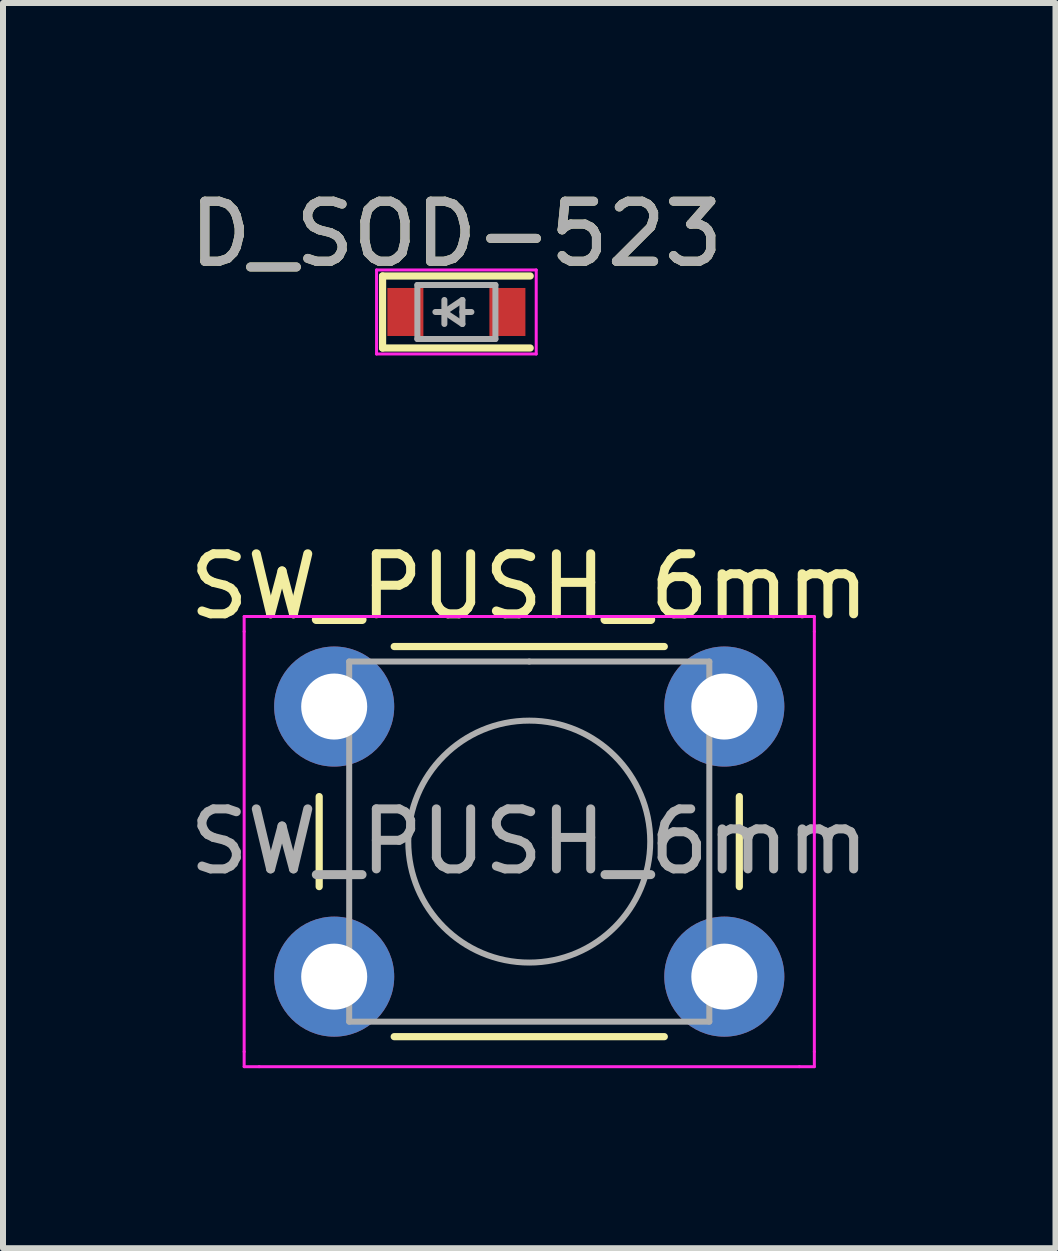
<source format=kicad_pcb>
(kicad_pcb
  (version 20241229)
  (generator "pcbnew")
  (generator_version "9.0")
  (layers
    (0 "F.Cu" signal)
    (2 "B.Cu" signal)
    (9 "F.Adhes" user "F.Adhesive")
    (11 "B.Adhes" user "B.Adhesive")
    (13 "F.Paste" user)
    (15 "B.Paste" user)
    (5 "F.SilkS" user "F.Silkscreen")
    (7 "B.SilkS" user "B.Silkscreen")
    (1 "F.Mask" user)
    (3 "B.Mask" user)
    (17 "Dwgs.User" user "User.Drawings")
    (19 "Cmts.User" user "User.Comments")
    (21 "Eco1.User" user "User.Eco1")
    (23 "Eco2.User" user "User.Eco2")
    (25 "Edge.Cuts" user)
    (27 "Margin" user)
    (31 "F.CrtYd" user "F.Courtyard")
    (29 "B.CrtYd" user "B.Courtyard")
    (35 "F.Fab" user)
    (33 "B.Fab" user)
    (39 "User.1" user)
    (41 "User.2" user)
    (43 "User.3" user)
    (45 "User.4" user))
  (footprint "D_SOD-523"
    (layer "F.Cu")
    (at 4.554 2.148)
    (property "Reference" "D_SOD-523" (at 0 -1.3 0) (layer "F.SilkS") (effects (font (size 1 1) (thickness 0.15))))
    (attr smd)
    (fp_line (start -1.23 -0.6) (end -1.23 0.6) (stroke (width 0.12) (type solid)) (layer "F.SilkS"))
    (fp_line (start 1.23 -0.6) (end -1.23 -0.6) (stroke (width 0.12) (type solid)) (layer "F.SilkS"))
    (fp_line (start 1.23 0.6) (end -1.23 0.6) (stroke (width 0.12) (type solid)) (layer "F.SilkS"))
    (fp_line (start -1.33 -0.7) (end 1.33 -0.7) (stroke (width 0.05) (type solid)) (layer "F.CrtYd"))
    (fp_line (start -1.33 0.7) (end -1.33 -0.7) (stroke (width 0.05) (type solid)) (layer "F.CrtYd"))
    (fp_line (start 1.33 -0.7) (end 1.33 0.7) (stroke (width 0.05) (type solid)) (layer "F.CrtYd"))
    (fp_line (start 1.33 0.7) (end -1.33 0.7) (stroke (width 0.05) (type solid)) (layer "F.CrtYd"))
    (fp_line (start -0.65 -0.45) (end 0.65 -0.45) (stroke (width 0.1) (type solid)) (layer "F.Fab"))
    (fp_line (start -0.65 0.45) (end -0.65 -0.45) (stroke (width 0.1) (type solid)) (layer "F.Fab"))
    (fp_line (start -0.2 0) (end -0.35 0) (stroke (width 0.1) (type solid)) (layer "F.Fab"))
    (fp_line (start -0.2 0) (end 0.1 0.2) (stroke (width 0.1) (type solid)) (layer "F.Fab"))
    (fp_line (start -0.2 0.2) (end -0.2 -0.2) (stroke (width 0.1) (type solid)) (layer "F.Fab"))
    (fp_line (start 0.1 -0.2) (end -0.2 0) (stroke (width 0.1) (type solid)) (layer "F.Fab"))
    (fp_line (start 0.1 0) (end 0.25 0) (stroke (width 0.1) (type solid)) (layer "F.Fab"))
    (fp_line (start 0.1 0.2) (end 0.1 -0.2) (stroke (width 0.1) (type solid)) (layer "F.Fab"))
    (fp_line (start 0.65 -0.45) (end 0.65 0.45) (stroke (width 0.1) (type solid)) (layer "F.Fab"))
    (fp_line (start 0.65 0.45) (end -0.65 0.45) (stroke (width 0.1) (type solid)) (layer "F.Fab"))
    (fp_text user "${REFERENCE}" (at 0 -1.3 0) (layer "F.Fab") (effects (font (size 1 1) (thickness 0.15))))
    (pad "1" smd rect (at -0.85 0 180) (size 0.6 0.8) (layers "F.Cu" "F.Mask" "F.Paste"))
    (pad "2" smd rect (at 0.85 0 180) (size 0.6 0.8) (layers "F.Cu" "F.Mask" "F.Paste")))
  (footprint "SW_PUSH_6mm"
    (layer "F.Cu")
    (at 2.518 8.722)
    (property "Reference" "SW_PUSH_6mm" (at 3.25 -2 0) (layer "F.SilkS") (effects (font (size 1 1) (thickness 0.15))))
    (attr through_hole)
    (fp_line (start -0.25 1.5) (end -0.25 3) (stroke (width 0.12) (type solid)) (layer "F.SilkS"))
    (fp_line (start 1 5.5) (end 5.5 5.5) (stroke (width 0.12) (type solid)) (layer "F.SilkS"))
    (fp_line (start 5.5 -1) (end 1 -1) (stroke (width 0.12) (type solid)) (layer "F.SilkS"))
    (fp_line (start 6.75 3) (end 6.75 1.5) (stroke (width 0.12) (type solid)) (layer "F.SilkS"))
    (fp_line (start -1.5 -1.5) (end -1.25 -1.5) (stroke (width 0.05) (type solid)) (layer "F.CrtYd"))
    (fp_line (start -1.5 -1.25) (end -1.5 -1.5) (stroke (width 0.05) (type solid)) (layer "F.CrtYd"))
    (fp_line (start -1.5 5.75) (end -1.5 -1.25) (stroke (width 0.05) (type solid)) (layer "F.CrtYd"))
    (fp_line (start -1.5 5.75) (end -1.5 6) (stroke (width 0.05) (type solid)) (layer "F.CrtYd"))
    (fp_line (start -1.5 6) (end -1.25 6) (stroke (width 0.05) (type solid)) (layer "F.CrtYd"))
    (fp_line (start -1.25 -1.5) (end 7.75 -1.5) (stroke (width 0.05) (type solid)) (layer "F.CrtYd"))
    (fp_line (start 7.75 -1.5) (end 8 -1.5) (stroke (width 0.05) (type solid)) (layer "F.CrtYd"))
    (fp_line (start 7.75 6) (end -1.25 6) (stroke (width 0.05) (type solid)) (layer "F.CrtYd"))
    (fp_line (start 7.75 6) (end 8 6) (stroke (width 0.05) (type solid)) (layer "F.CrtYd"))
    (fp_line (start 8 -1.5) (end 8 -1.25) (stroke (width 0.05) (type solid)) (layer "F.CrtYd"))
    (fp_line (start 8 -1.25) (end 8 5.75) (stroke (width 0.05) (type solid)) (layer "F.CrtYd"))
    (fp_line (start 8 6) (end 8 5.75) (stroke (width 0.05) (type solid)) (layer "F.CrtYd"))
    (fp_line (start 0.25 -0.75) (end 3.25 -0.75) (stroke (width 0.1) (type solid)) (layer "F.Fab"))
    (fp_line (start 0.25 5.25) (end 0.25 -0.75) (stroke (width 0.1) (type solid)) (layer "F.Fab"))
    (fp_line (start 3.25 -0.75) (end 6.25 -0.75) (stroke (width 0.1) (type solid)) (layer "F.Fab"))
    (fp_line (start 6.25 -0.75) (end 6.25 5.25) (stroke (width 0.1) (type solid)) (layer "F.Fab"))
    (fp_line (start 6.25 5.25) (end 0.25 5.25) (stroke (width 0.1) (type solid)) (layer "F.Fab"))
    (fp_circle (center 3.25 2.25) (end 1.25 2.5) (stroke (width 0.1) (type solid)) (fill no) (layer "F.Fab"))
    (fp_text user "${REFERENCE}" (at 3.25 2.25 0) (layer "F.Fab") (effects (font (size 1 1) (thickness 0.15))))
    (pad "1" thru_hole circle (at 0 0 90) (size 2 2) (drill 1.1) (layers "*.Cu" "*.Mask"))
    (pad "2" thru_hole circle (at 0 4.5 90) (size 2 2) (drill 1.1) (layers "*.Cu" "*.Mask"))
    (pad "3" thru_hole circle (at 6.5 4.5 90) (size 2 2) (drill 1.1) (layers "*.Cu" "*.Mask"))
    (pad "4" thru_hole circle (at 6.5 0 90) (size 2 2) (drill 1.1) (layers "*.Cu" "*.Mask")))
  (gr_rect
    (start -3 -3)
    (end 14.536 17.747)
    (stroke (width 0.1) (type default))
    (fill no)
    (layer "Edge.Cuts")))
</source>
